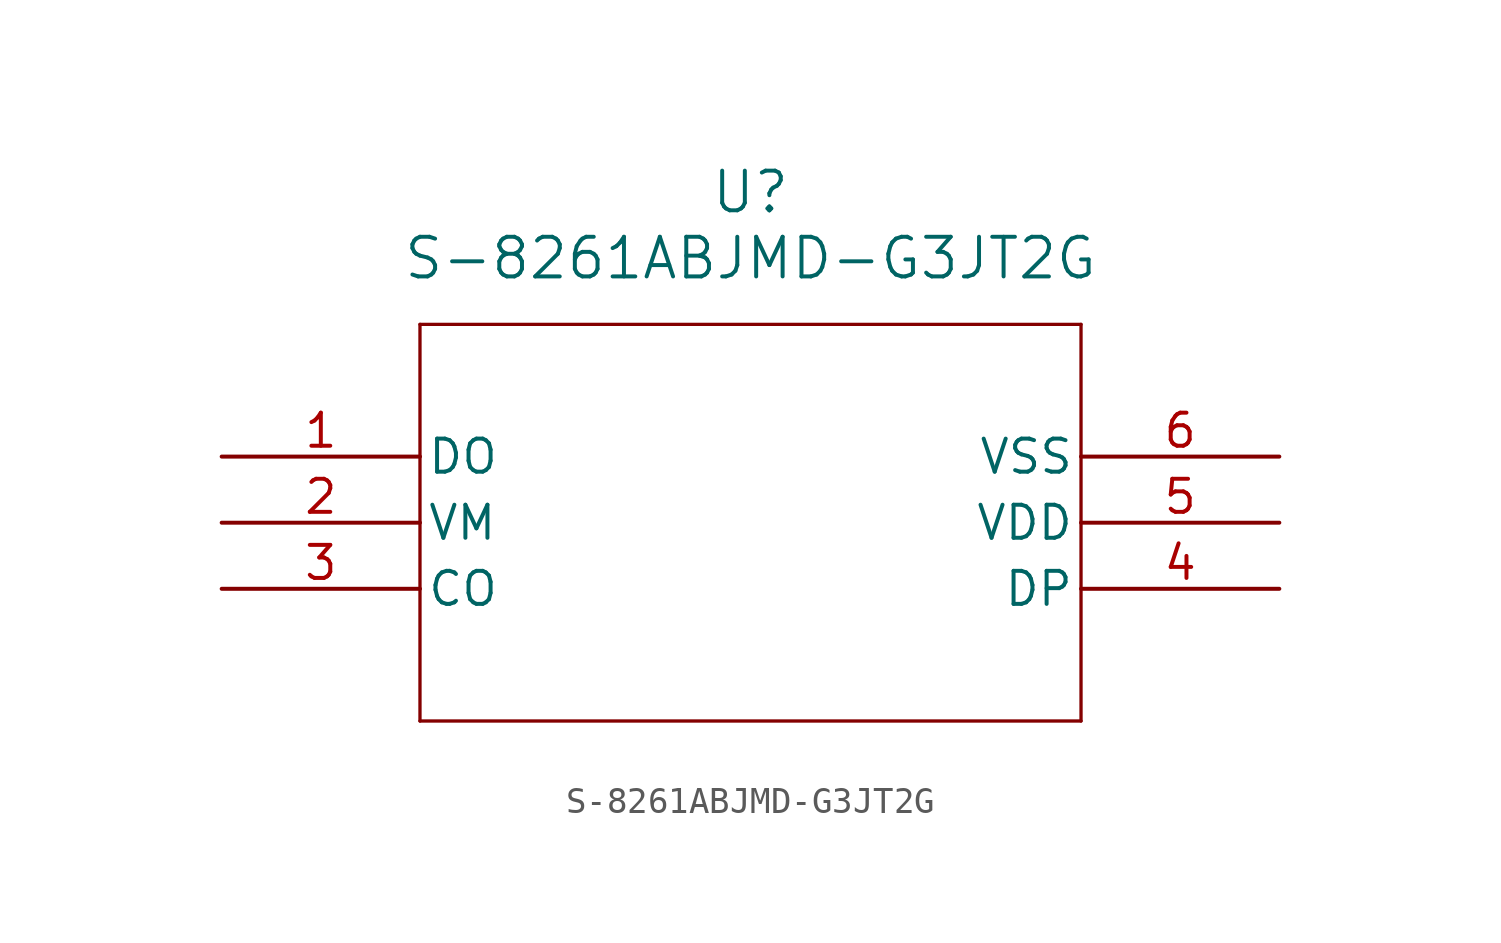
<source format=kicad_sym>
(kicad_symbol_lib
  (version 20211014)
  (generator kicad_symbol_editor)
  (symbol "S-8261ABJMD-G3JT2G"
    (pin_names
      (offset 0.254))
    (property "Reference" "U"
      (at 20.32 10.16 0)
      (effects (font (size 1.524 1.524))))
    (property "Value" "S-8261ABJMD-G3JT2G"
      (at 20.32 7.62 0)
      (effects (font (size 1.524 1.524))))
    (symbol "S-8261ABJMD-G3JT2G_0_1"
      (polyline (pts (xy 7.62 5.08) (xy 7.62 -10.16)) (stroke (width 0.127) (type default) (color 0 0 0 0)) (fill (type none)))
      (polyline (pts (xy 7.62 -10.16) (xy 33.02 -10.16)) (stroke (width 0.127) (type default) (color 0 0 0 0)) (fill (type none)))
      (polyline (pts (xy 33.02 -10.16) (xy 33.02 5.08)) (stroke (width 0.127) (type default) (color 0 0 0 0)) (fill (type none)))
      (polyline (pts (xy 33.02 5.08) (xy 7.62 5.08)) (stroke (width 0.127) (type default) (color 0 0 0 0)) (fill (type none)))
      (pin unspecified line (at 0 0 0) (length 7.62) (name "DO" (effects (font (size 1.27 1.27)))) (number "1" (effects (font (size 1.27 1.27)))))
      (pin unspecified line (at 0 -2.54 0) (length 7.62) (name "VM" (effects (font (size 1.27 1.27)))) (number "2" (effects (font (size 1.27 1.27)))))
      (pin unspecified line (at 0 -5.08 0) (length 7.62) (name "CO" (effects (font (size 1.27 1.27)))) (number "3" (effects (font (size 1.27 1.27)))))
      (pin unspecified line (at 40.64 -5.08 180) (length 7.62) (name "DP" (effects (font (size 1.27 1.27)))) (number "4" (effects (font (size 1.27 1.27)))))
      (pin power_in line (at 40.64 -2.54 180) (length 7.62) (name "VDD" (effects (font (size 1.27 1.27)))) (number "5" (effects (font (size 1.27 1.27)))))
      (pin power_out line (at 40.64 0 180) (length 7.62) (name "VSS" (effects (font (size 1.27 1.27)))) (number "6" (effects (font (size 1.27 1.27))))))))
</source>
